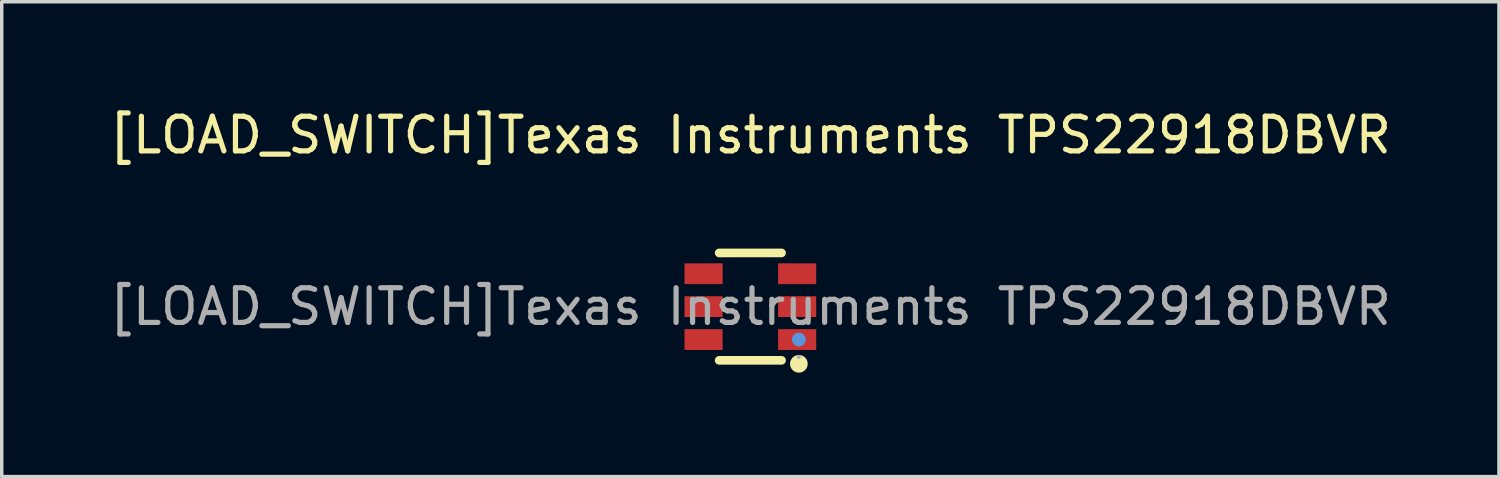
<source format=kicad_pcb>
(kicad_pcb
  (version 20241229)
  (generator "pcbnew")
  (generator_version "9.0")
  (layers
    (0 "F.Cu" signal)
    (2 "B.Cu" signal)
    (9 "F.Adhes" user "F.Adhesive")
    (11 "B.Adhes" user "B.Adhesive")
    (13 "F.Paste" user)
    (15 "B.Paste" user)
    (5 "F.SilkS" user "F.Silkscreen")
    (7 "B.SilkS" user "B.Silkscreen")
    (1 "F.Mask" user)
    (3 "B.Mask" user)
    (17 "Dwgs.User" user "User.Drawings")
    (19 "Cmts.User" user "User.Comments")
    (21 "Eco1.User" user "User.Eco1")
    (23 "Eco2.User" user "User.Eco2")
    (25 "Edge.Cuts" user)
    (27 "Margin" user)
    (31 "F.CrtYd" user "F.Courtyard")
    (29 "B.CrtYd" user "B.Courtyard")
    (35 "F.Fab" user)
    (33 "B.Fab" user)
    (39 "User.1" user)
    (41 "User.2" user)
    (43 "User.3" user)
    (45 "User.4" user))
  (footprint "[LOAD_SWITCH]Texas Instruments TPS22918DBVR"
    (layer "F.Cu")
    (at 18.601 5.798)
    (property "Reference" "[LOAD_SWITCH]Texas Instruments TPS22918DBVR" (at 0 -4.95 0) (layer "F.SilkS") (effects (font (size 1 1) (thickness 0.15))))
    (attr smd)
    (fp_line (start -0.9 -1.55) (end 0.9 -1.55) (stroke (width 0.25) (type solid)) (layer "F.SilkS"))
    (fp_line (start -0.9 1.55) (end 0.9 1.55) (stroke (width 0.25) (type solid)) (layer "F.SilkS"))
    (fp_circle (center 1.4 1.65) (end 1.53 1.65) (stroke (width 0.25) (type solid)) (fill no) (layer "F.SilkS"))
    (fp_circle (center 1.4 0.95) (end 1.5 0.95) (stroke (width 0.2) (type solid)) (fill no) (layer "Cmts.User"))
    (fp_circle (center 1.4 1.45) (end 1.43 1.45) (stroke (width 0.06) (type solid)) (fill no) (layer "F.Fab"))
    (fp_text user "${REFERENCE}" (at 0 0 0) (layer "F.Fab") (effects (font (size 1 1) (thickness 0.15))))
    (pad "1" smd rect (at 1.35 0.95) (size 1.1 0.6) (layers "F.Cu" "F.Mask" "F.Paste"))
    (pad "2" smd rect (at 1.35 0) (size 1.1 0.6) (layers "F.Cu" "F.Mask" "F.Paste"))
    (pad "3" smd rect (at 1.35 -0.95) (size 1.1 0.6) (layers "F.Cu" "F.Mask" "F.Paste"))
    (pad "4" smd rect (at -1.35 -0.95) (size 1.1 0.6) (layers "F.Cu" "F.Mask" "F.Paste"))
    (pad "5" smd rect (at -1.35 0) (size 1.1 0.6) (layers "F.Cu" "F.Mask" "F.Paste"))
    (pad "6" smd rect (at -1.35 0.95) (size 1.1 0.6) (layers "F.Cu" "F.Mask" "F.Paste")))
  (gr_rect
    (start -3 -3)
    (end 40.202 10.703)
    (stroke (width 0.1) (type default))
    (fill no)
    (layer "Edge.Cuts")))
</source>
